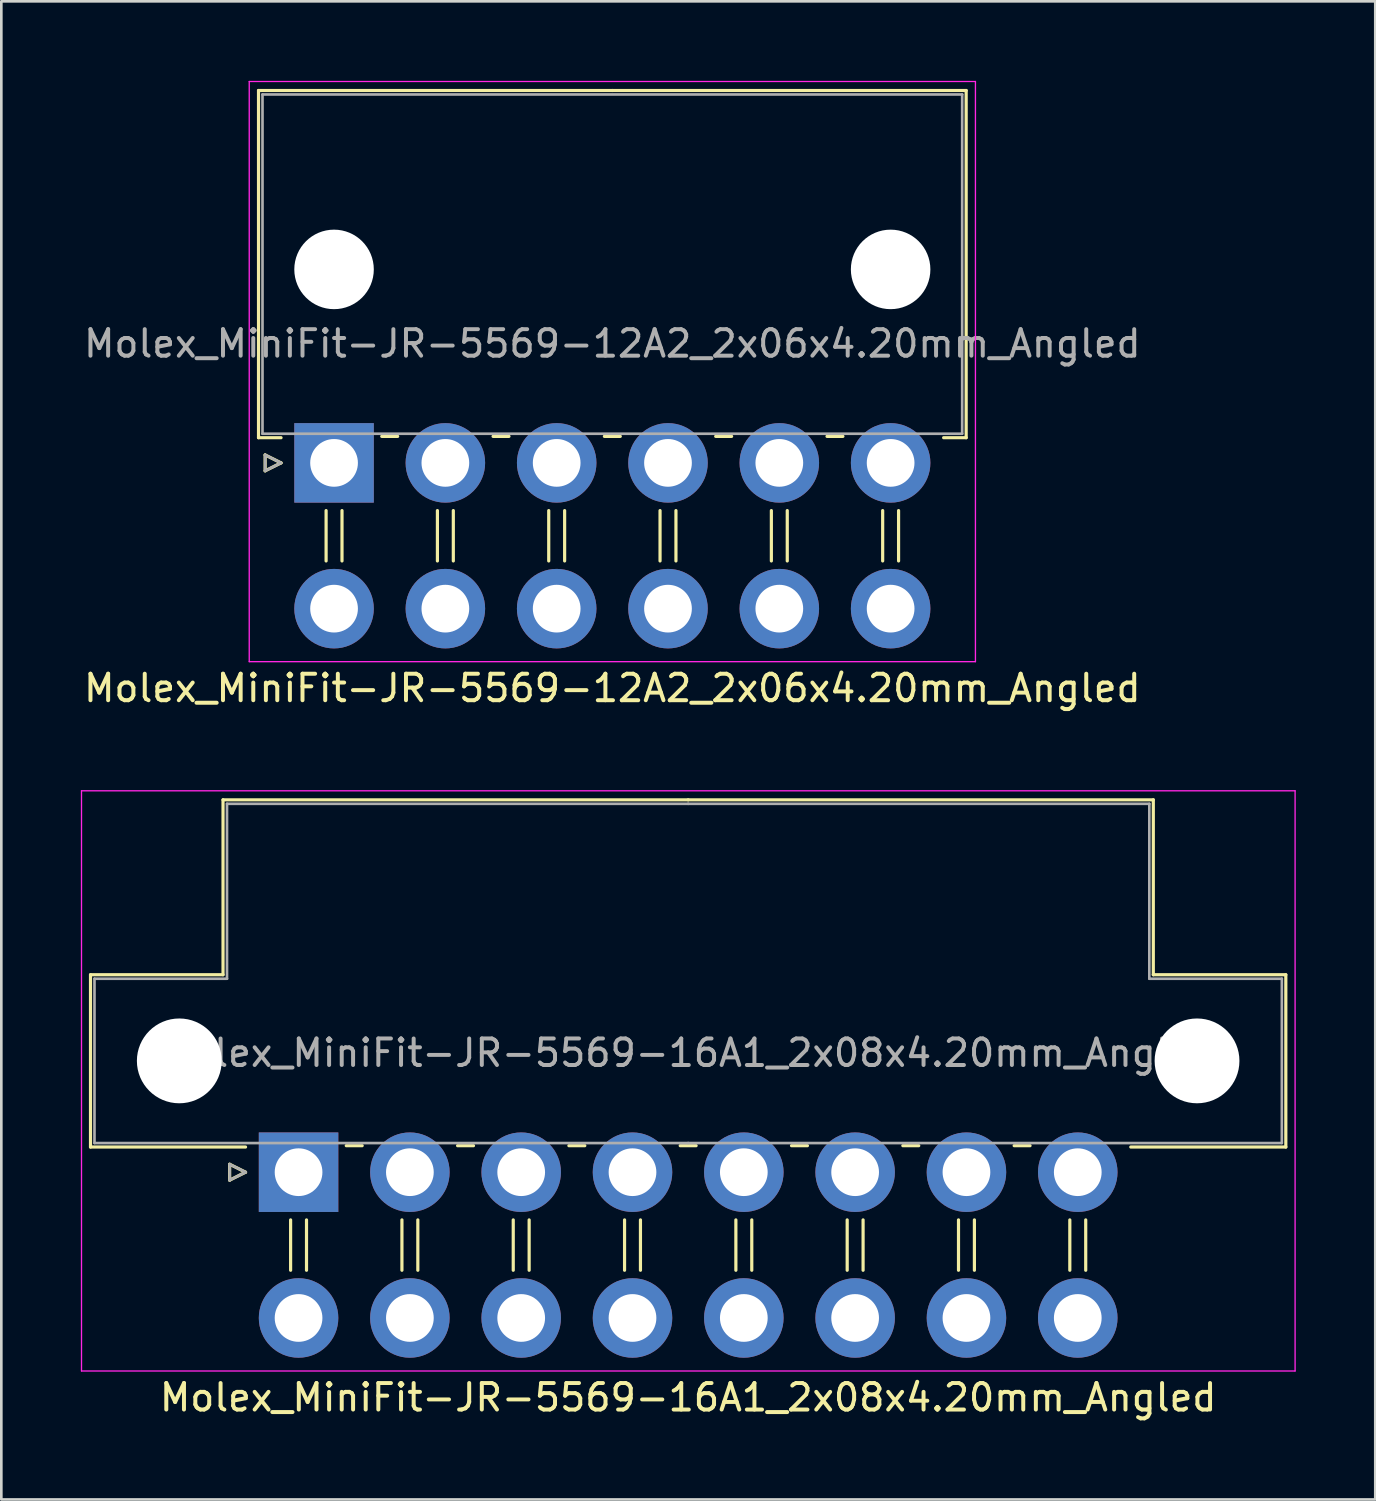
<source format=kicad_pcb>
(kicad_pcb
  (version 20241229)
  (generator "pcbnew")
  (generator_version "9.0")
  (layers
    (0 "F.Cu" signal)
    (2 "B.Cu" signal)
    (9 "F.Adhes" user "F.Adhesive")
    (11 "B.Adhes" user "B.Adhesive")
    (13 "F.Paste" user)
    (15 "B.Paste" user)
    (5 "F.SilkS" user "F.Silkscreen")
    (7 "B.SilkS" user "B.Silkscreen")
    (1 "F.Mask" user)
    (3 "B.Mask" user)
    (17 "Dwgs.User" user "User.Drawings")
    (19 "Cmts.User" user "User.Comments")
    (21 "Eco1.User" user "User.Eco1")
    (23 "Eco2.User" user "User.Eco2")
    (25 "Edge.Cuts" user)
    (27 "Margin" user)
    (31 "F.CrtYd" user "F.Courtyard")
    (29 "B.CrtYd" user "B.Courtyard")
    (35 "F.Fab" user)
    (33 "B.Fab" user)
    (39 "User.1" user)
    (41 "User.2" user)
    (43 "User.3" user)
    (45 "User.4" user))
  (footprint "Molex_MiniFit-JR-5569-16A1_2x08x4.20mm_Angled"
    (layer "F.Cu")
    (at 8.215 41.178)
    (property "Reference" "Molex_MiniFit-JR-5569-16A1_2x08x4.20mm_Angled" (at 14.7 8.5 0) (layer "F.SilkS") (effects (font (size 1 1) (thickness 0.15))))
    (attr through_hole)
    (fp_line (start -7.85 -7.45) (end -7.85 -0.95) (stroke (width 0.12) (type solid)) (layer "F.SilkS"))
    (fp_line (start -7.85 -0.95) (end -2 -0.95) (stroke (width 0.12) (type solid)) (layer "F.SilkS"))
    (fp_line (start -2.85 -14.05) (end -2.85 -7.45) (stroke (width 0.12) (type solid)) (layer "F.SilkS"))
    (fp_line (start -2.85 -7.45) (end -7.85 -7.45) (stroke (width 0.12) (type solid)) (layer "F.SilkS"))
    (fp_line (start -2.6 -0.3) (end -2 0) (stroke (width 0.12) (type solid)) (layer "F.SilkS"))
    (fp_line (start -2.6 0.3) (end -2.6 -0.3) (stroke (width 0.12) (type solid)) (layer "F.SilkS"))
    (fp_line (start -2 0) (end -2.6 0.3) (stroke (width 0.12) (type solid)) (layer "F.SilkS"))
    (fp_line (start -0.3 1.8) (end -0.3 3.7) (stroke (width 0.12) (type solid)) (layer "F.SilkS"))
    (fp_line (start 0.3 1.8) (end 0.3 3.7) (stroke (width 0.12) (type solid)) (layer "F.SilkS"))
    (fp_line (start 1.8 -1) (end 2.4 -1) (stroke (width 0.12) (type solid)) (layer "F.SilkS"))
    (fp_line (start 3.9 1.8) (end 3.9 3.7) (stroke (width 0.12) (type solid)) (layer "F.SilkS"))
    (fp_line (start 4.5 1.8) (end 4.5 3.7) (stroke (width 0.12) (type solid)) (layer "F.SilkS"))
    (fp_line (start 6 -1) (end 6.6 -1) (stroke (width 0.12) (type solid)) (layer "F.SilkS"))
    (fp_line (start 8.1 1.8) (end 8.1 3.7) (stroke (width 0.12) (type solid)) (layer "F.SilkS"))
    (fp_line (start 8.7 1.8) (end 8.7 3.7) (stroke (width 0.12) (type solid)) (layer "F.SilkS"))
    (fp_line (start 10.2 -1) (end 10.8 -1) (stroke (width 0.12) (type solid)) (layer "F.SilkS"))
    (fp_line (start 12.3 1.8) (end 12.3 3.7) (stroke (width 0.12) (type solid)) (layer "F.SilkS"))
    (fp_line (start 12.9 1.8) (end 12.9 3.7) (stroke (width 0.12) (type solid)) (layer "F.SilkS"))
    (fp_line (start 14.4 -1) (end 15 -1) (stroke (width 0.12) (type solid)) (layer "F.SilkS"))
    (fp_line (start 14.7 -14.05) (end -2.85 -14.05) (stroke (width 0.12) (type solid)) (layer "F.SilkS"))
    (fp_line (start 14.7 -14.05) (end 32.25 -14.05) (stroke (width 0.12) (type solid)) (layer "F.SilkS"))
    (fp_line (start 16.5 1.8) (end 16.5 3.7) (stroke (width 0.12) (type solid)) (layer "F.SilkS"))
    (fp_line (start 17.1 1.8) (end 17.1 3.7) (stroke (width 0.12) (type solid)) (layer "F.SilkS"))
    (fp_line (start 18.6 -1) (end 19.2 -1) (stroke (width 0.12) (type solid)) (layer "F.SilkS"))
    (fp_line (start 20.7 1.8) (end 20.7 3.7) (stroke (width 0.12) (type solid)) (layer "F.SilkS"))
    (fp_line (start 21.3 1.8) (end 21.3 3.7) (stroke (width 0.12) (type solid)) (layer "F.SilkS"))
    (fp_line (start 22.8 -1) (end 23.4 -1) (stroke (width 0.12) (type solid)) (layer "F.SilkS"))
    (fp_line (start 24.9 1.8) (end 24.9 3.7) (stroke (width 0.12) (type solid)) (layer "F.SilkS"))
    (fp_line (start 25.5 1.8) (end 25.5 3.7) (stroke (width 0.12) (type solid)) (layer "F.SilkS"))
    (fp_line (start 27 -1) (end 27.6 -1) (stroke (width 0.12) (type solid)) (layer "F.SilkS"))
    (fp_line (start 29.1 1.8) (end 29.1 3.7) (stroke (width 0.12) (type solid)) (layer "F.SilkS"))
    (fp_line (start 29.7 1.8) (end 29.7 3.7) (stroke (width 0.12) (type solid)) (layer "F.SilkS"))
    (fp_line (start 32.25 -14.05) (end 32.25 -7.45) (stroke (width 0.12) (type solid)) (layer "F.SilkS"))
    (fp_line (start 32.25 -7.45) (end 37.25 -7.45) (stroke (width 0.12) (type solid)) (layer "F.SilkS"))
    (fp_line (start 37.25 -7.45) (end 37.25 -0.95) (stroke (width 0.12) (type solid)) (layer "F.SilkS"))
    (fp_line (start 37.25 -0.95) (end 31.4 -0.95) (stroke (width 0.12) (type solid)) (layer "F.SilkS"))
    (fp_line (start -8.19 -14.39) (end -8.19 7.5) (stroke (width 0.05) (type solid)) (layer "F.CrtYd"))
    (fp_line (start -8.19 7.5) (end 37.6 7.5) (stroke (width 0.05) (type solid)) (layer "F.CrtYd"))
    (fp_line (start 37.6 -14.39) (end -8.19 -14.39) (stroke (width 0.05) (type solid)) (layer "F.CrtYd"))
    (fp_line (start 37.6 7.5) (end 37.6 -14.39) (stroke (width 0.05) (type solid)) (layer "F.CrtYd"))
    (fp_line (start -7.7 -7.3) (end -7.7 -1.1) (stroke (width 0.1) (type solid)) (layer "F.Fab"))
    (fp_line (start -7.7 -1.1) (end 14.7 -1.1) (stroke (width 0.1) (type solid)) (layer "F.Fab"))
    (fp_line (start -2.7 -13.9) (end -2.7 -7.3) (stroke (width 0.1) (type solid)) (layer "F.Fab"))
    (fp_line (start -2.7 -7.3) (end -7.7 -7.3) (stroke (width 0.1) (type solid)) (layer "F.Fab"))
    (fp_line (start -2.6 -0.3) (end -2 0) (stroke (width 0.1) (type solid)) (layer "F.Fab"))
    (fp_line (start -2.6 0.3) (end -2.6 -0.3) (stroke (width 0.1) (type solid)) (layer "F.Fab"))
    (fp_line (start -2 0) (end -2.6 0.3) (stroke (width 0.1) (type solid)) (layer "F.Fab"))
    (fp_line (start 14.7 -13.9) (end -2.7 -13.9) (stroke (width 0.1) (type solid)) (layer "F.Fab"))
    (fp_line (start 14.7 -13.9) (end 32.1 -13.9) (stroke (width 0.1) (type solid)) (layer "F.Fab"))
    (fp_line (start 32.1 -13.9) (end 32.1 -7.3) (stroke (width 0.1) (type solid)) (layer "F.Fab"))
    (fp_line (start 32.1 -7.3) (end 37.1 -7.3) (stroke (width 0.1) (type solid)) (layer "F.Fab"))
    (fp_line (start 37.1 -7.3) (end 37.1 -1.1) (stroke (width 0.1) (type solid)) (layer "F.Fab"))
    (fp_line (start 37.1 -1.1) (end 14.7 -1.1) (stroke (width 0.1) (type solid)) (layer "F.Fab"))
    (fp_text user "${REFERENCE}" (at 14.7 -4.5 0) (layer "F.Fab") (effects (font (size 1 1) (thickness 0.15))))
    (pad "" np_thru_hole circle (at -4.5 -4.2) (size 3.2 3.2) (drill 3.2) (layers "*.Cu" "*.Mask"))
    (pad "" np_thru_hole circle (at 33.9 -4.2) (size 3.2 3.2) (drill 3.2) (layers "*.Cu" "*.Mask"))
    (pad "1" thru_hole rect (at 0 0) (size 3 3) (drill 1.8) (layers "*.Cu" "*.Mask"))
    (pad "2" thru_hole circle (at 4.2 0) (size 3 3) (drill 1.8) (layers "*.Cu" "*.Mask"))
    (pad "3" thru_hole circle (at 8.4 0) (size 3 3) (drill 1.8) (layers "*.Cu" "*.Mask"))
    (pad "4" thru_hole circle (at 12.6 0) (size 3 3) (drill 1.8) (layers "*.Cu" "*.Mask"))
    (pad "5" thru_hole circle (at 16.8 0) (size 3 3) (drill 1.8) (layers "*.Cu" "*.Mask"))
    (pad "6" thru_hole circle (at 21 0) (size 3 3) (drill 1.8) (layers "*.Cu" "*.Mask"))
    (pad "7" thru_hole circle (at 25.2 0) (size 3 3) (drill 1.8) (layers "*.Cu" "*.Mask"))
    (pad "8" thru_hole circle (at 29.4 0) (size 3 3) (drill 1.8) (layers "*.Cu" "*.Mask"))
    (pad "9" thru_hole circle (at 0 5.5) (size 3 3) (drill 1.8) (layers "*.Cu" "*.Mask"))
    (pad "10" thru_hole circle (at 4.2 5.5) (size 3 3) (drill 1.8) (layers "*.Cu" "*.Mask"))
    (pad "11" thru_hole circle (at 8.4 5.5) (size 3 3) (drill 1.8) (layers "*.Cu" "*.Mask"))
    (pad "12" thru_hole circle (at 12.6 5.5) (size 3 3) (drill 1.8) (layers "*.Cu" "*.Mask"))
    (pad "13" thru_hole circle (at 16.8 5.5) (size 3 3) (drill 1.8) (layers "*.Cu" "*.Mask"))
    (pad "14" thru_hole circle (at 21 5.5) (size 3 3) (drill 1.8) (layers "*.Cu" "*.Mask"))
    (pad "15" thru_hole circle (at 25.2 5.5) (size 3 3) (drill 1.8) (layers "*.Cu" "*.Mask"))
    (pad "16" thru_hole circle (at 29.4 5.5) (size 3 3) (drill 1.8) (layers "*.Cu" "*.Mask")))
  (footprint "Molex_MiniFit-JR-5569-12A2_2x06x4.20mm_Angled"
    (layer "F.Cu")
    (at 9.554 14.415)
    (property "Reference" "Molex_MiniFit-JR-5569-12A2_2x06x4.20mm_Angled" (at 10.5 8.5 0) (layer "F.SilkS") (effects (font (size 1 1) (thickness 0.15))))
    (attr through_hole)
    (fp_line (start -2.85 -14.05) (end 10.5 -14.05) (stroke (width 0.12) (type solid)) (layer "F.SilkS"))
    (fp_line (start -2.85 -0.95) (end -2.85 -14.05) (stroke (width 0.12) (type solid)) (layer "F.SilkS"))
    (fp_line (start -2.6 -0.3) (end -2 0) (stroke (width 0.12) (type solid)) (layer "F.SilkS"))
    (fp_line (start -2.6 0.3) (end -2.6 -0.3) (stroke (width 0.12) (type solid)) (layer "F.SilkS"))
    (fp_line (start -2 -0.95) (end -2.85 -0.95) (stroke (width 0.12) (type solid)) (layer "F.SilkS"))
    (fp_line (start -2 0) (end -2.6 0.3) (stroke (width 0.12) (type solid)) (layer "F.SilkS"))
    (fp_line (start -0.3 1.8) (end -0.3 3.7) (stroke (width 0.12) (type solid)) (layer "F.SilkS"))
    (fp_line (start 0.3 1.8) (end 0.3 3.7) (stroke (width 0.12) (type solid)) (layer "F.SilkS"))
    (fp_line (start 1.8 -1) (end 2.4 -1) (stroke (width 0.12) (type solid)) (layer "F.SilkS"))
    (fp_line (start 3.9 1.8) (end 3.9 3.7) (stroke (width 0.12) (type solid)) (layer "F.SilkS"))
    (fp_line (start 4.5 1.8) (end 4.5 3.7) (stroke (width 0.12) (type solid)) (layer "F.SilkS"))
    (fp_line (start 6 -1) (end 6.6 -1) (stroke (width 0.12) (type solid)) (layer "F.SilkS"))
    (fp_line (start 8.1 1.8) (end 8.1 3.7) (stroke (width 0.12) (type solid)) (layer "F.SilkS"))
    (fp_line (start 8.7 1.8) (end 8.7 3.7) (stroke (width 0.12) (type solid)) (layer "F.SilkS"))
    (fp_line (start 10.2 -1) (end 10.8 -1) (stroke (width 0.12) (type solid)) (layer "F.SilkS"))
    (fp_line (start 12.3 1.8) (end 12.3 3.7) (stroke (width 0.12) (type solid)) (layer "F.SilkS"))
    (fp_line (start 12.9 1.8) (end 12.9 3.7) (stroke (width 0.12) (type solid)) (layer "F.SilkS"))
    (fp_line (start 14.4 -1) (end 15 -1) (stroke (width 0.12) (type solid)) (layer "F.SilkS"))
    (fp_line (start 16.5 1.8) (end 16.5 3.7) (stroke (width 0.12) (type solid)) (layer "F.SilkS"))
    (fp_line (start 17.1 1.8) (end 17.1 3.7) (stroke (width 0.12) (type solid)) (layer "F.SilkS"))
    (fp_line (start 18.6 -1) (end 19.2 -1) (stroke (width 0.12) (type solid)) (layer "F.SilkS"))
    (fp_line (start 20.7 1.8) (end 20.7 3.7) (stroke (width 0.12) (type solid)) (layer "F.SilkS"))
    (fp_line (start 21.3 1.8) (end 21.3 3.7) (stroke (width 0.12) (type solid)) (layer "F.SilkS"))
    (fp_line (start 23 -0.95) (end 23.85 -0.95) (stroke (width 0.12) (type solid)) (layer "F.SilkS"))
    (fp_line (start 23.85 -14.05) (end 10.5 -14.05) (stroke (width 0.12) (type solid)) (layer "F.SilkS"))
    (fp_line (start 23.85 -0.95) (end 23.85 -14.05) (stroke (width 0.12) (type solid)) (layer "F.SilkS"))
    (fp_line (start -3.2 -14.39) (end -3.2 7.5) (stroke (width 0.05) (type solid)) (layer "F.CrtYd"))
    (fp_line (start -3.2 7.5) (end 24.2 7.5) (stroke (width 0.05) (type solid)) (layer "F.CrtYd"))
    (fp_line (start 24.2 -14.39) (end -3.2 -14.39) (stroke (width 0.05) (type solid)) (layer "F.CrtYd"))
    (fp_line (start 24.2 7.5) (end 24.2 -14.39) (stroke (width 0.05) (type solid)) (layer "F.CrtYd"))
    (fp_line (start -2.7 -13.9) (end -2.7 -1.1) (stroke (width 0.1) (type solid)) (layer "F.Fab"))
    (fp_line (start -2.7 -1.1) (end 23.7 -1.1) (stroke (width 0.1) (type solid)) (layer "F.Fab"))
    (fp_line (start -2.6 -0.3) (end -2 0) (stroke (width 0.1) (type solid)) (layer "F.Fab"))
    (fp_line (start -2.6 0.3) (end -2.6 -0.3) (stroke (width 0.1) (type solid)) (layer "F.Fab"))
    (fp_line (start -2 0) (end -2.6 0.3) (stroke (width 0.1) (type solid)) (layer "F.Fab"))
    (fp_line (start 23.7 -13.9) (end -2.7 -13.9) (stroke (width 0.1) (type solid)) (layer "F.Fab"))
    (fp_line (start 23.7 -1.1) (end 23.7 -13.9) (stroke (width 0.1) (type solid)) (layer "F.Fab"))
    (fp_text user "${REFERENCE}" (at 10.5 -4.5 0) (layer "F.Fab") (effects (font (size 1 1) (thickness 0.15))))
    (pad "" np_thru_hole circle (at 0 -7.3) (size 3 3) (drill 3) (layers "*.Cu" "*.Mask"))
    (pad "" np_thru_hole circle (at 21 -7.3) (size 3 3) (drill 3) (layers "*.Cu" "*.Mask"))
    (pad "1" thru_hole rect (at 0 0) (size 3 3) (drill 1.8) (layers "*.Cu" "*.Mask"))
    (pad "2" thru_hole circle (at 4.2 0) (size 3 3) (drill 1.8) (layers "*.Cu" "*.Mask"))
    (pad "3" thru_hole circle (at 8.4 0) (size 3 3) (drill 1.8) (layers "*.Cu" "*.Mask"))
    (pad "4" thru_hole circle (at 12.6 0) (size 3 3) (drill 1.8) (layers "*.Cu" "*.Mask"))
    (pad "5" thru_hole circle (at 16.8 0) (size 3 3) (drill 1.8) (layers "*.Cu" "*.Mask"))
    (pad "6" thru_hole circle (at 21 0) (size 3 3) (drill 1.8) (layers "*.Cu" "*.Mask"))
    (pad "7" thru_hole circle (at 0 5.5) (size 3 3) (drill 1.8) (layers "*.Cu" "*.Mask"))
    (pad "8" thru_hole circle (at 4.2 5.5) (size 3 3) (drill 1.8) (layers "*.Cu" "*.Mask"))
    (pad "9" thru_hole circle (at 8.4 5.5) (size 3 3) (drill 1.8) (layers "*.Cu" "*.Mask"))
    (pad "10" thru_hole circle (at 12.6 5.5) (size 3 3) (drill 1.8) (layers "*.Cu" "*.Mask"))
    (pad "11" thru_hole circle (at 16.8 5.5) (size 3 3) (drill 1.8) (layers "*.Cu" "*.Mask"))
    (pad "12" thru_hole circle (at 21 5.5) (size 3 3) (drill 1.8) (layers "*.Cu" "*.Mask")))
  (gr_rect
    (start -3 -3)
    (end 48.84 53.526)
    (stroke (width 0.1) (type default))
    (fill no)
    (layer "Edge.Cuts")))
</source>
